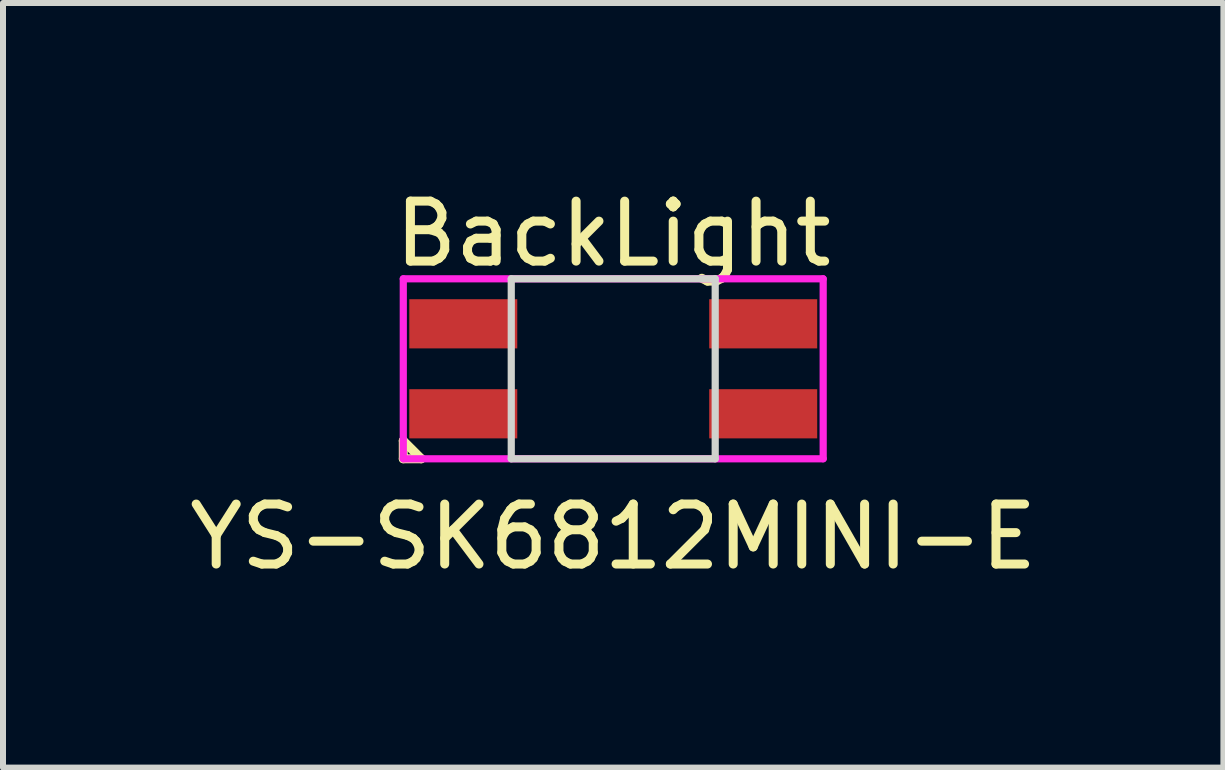
<source format=kicad_pcb>
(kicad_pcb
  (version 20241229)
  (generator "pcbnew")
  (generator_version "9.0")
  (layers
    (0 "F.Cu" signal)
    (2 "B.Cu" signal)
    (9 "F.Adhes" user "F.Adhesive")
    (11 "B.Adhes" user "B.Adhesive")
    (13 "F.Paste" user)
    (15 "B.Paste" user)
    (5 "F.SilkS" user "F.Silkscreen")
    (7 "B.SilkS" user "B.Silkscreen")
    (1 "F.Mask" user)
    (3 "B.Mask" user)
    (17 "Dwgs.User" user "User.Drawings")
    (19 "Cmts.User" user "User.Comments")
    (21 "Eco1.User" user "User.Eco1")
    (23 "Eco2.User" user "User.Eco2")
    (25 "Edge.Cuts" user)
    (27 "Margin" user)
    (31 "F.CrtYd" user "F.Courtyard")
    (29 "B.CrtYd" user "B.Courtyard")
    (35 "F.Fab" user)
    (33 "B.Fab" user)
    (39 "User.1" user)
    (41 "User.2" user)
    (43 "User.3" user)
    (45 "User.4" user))
  (footprint "YS-SK6812MINI-E"
    (layer "F.Cu")
    (at 7.173 3.098)
    (property "Reference" "YS-SK6812MINI-E" (at 0 2.8 0) (unlocked yes) (layer "F.SilkS") (effects (font (size 1 1) (thickness 0.15))))
    (attr through_hole)
    (fp_line (start -3.5 1.2) (end -3.2 1.5) (stroke (width 0.15) (type solid)) (layer "F.SilkS"))
    (fp_line (start -3.5 1.5) (end -3.5 1.2) (stroke (width 0.15) (type solid)) (layer "F.SilkS"))
    (fp_line (start -3.2 1.5) (end -3.5 1.5) (stroke (width 0.15) (type solid)) (layer "F.SilkS"))
    (fp_line (start -1.7 -1.5) (end -1.7 1.5) (stroke (width 0.12) (type solid)) (layer "Edge.Cuts"))
    (fp_line (start -1.7 1.5) (end 1.7 1.5) (stroke (width 0.12) (type solid)) (layer "Edge.Cuts"))
    (fp_line (start 1.7 -1.5) (end -1.7 -1.5) (stroke (width 0.12) (type solid)) (layer "Edge.Cuts"))
    (fp_line (start 1.7 1.5) (end 1.7 -1.5) (stroke (width 0.12) (type solid)) (layer "Edge.Cuts"))
    (fp_line (start -3.5 -1.5) (end -3.5 1.5) (stroke (width 0.12) (type solid)) (layer "F.CrtYd"))
    (fp_line (start -3.5 1.5) (end 3.5 1.5) (stroke (width 0.12) (type solid)) (layer "F.CrtYd"))
    (fp_line (start 3.5 -1.5) (end -3.5 -1.5) (stroke (width 0.12) (type solid)) (layer "F.CrtYd"))
    (fp_line (start 3.5 1.5) (end 3.5 -1.5) (stroke (width 0.12) (type solid)) (layer "F.CrtYd"))
    (fp_text user "BackLight" (at 0 -2.25 0) (unlocked yes) (layer "F.SilkS") (effects (font (size 1 1) (thickness 0.15))))
    (pad "1" smd rect (at 2.5 -0.75) (size 1.8 0.82) (layers "F.Cu" "F.Mask" "F.Paste"))
    (pad "2" smd rect (at 2.5 0.75) (size 1.8 0.82) (layers "F.Cu" "F.Mask" "F.Paste"))
    (pad "3" smd rect (at -2.5 0.75) (size 1.8 0.82) (layers "F.Cu" "F.Mask" "F.Paste"))
    (pad "4" smd rect (at -2.5 -0.75) (size 1.8 0.82) (layers "F.Cu" "F.Mask" "F.Paste")))
  (gr_rect
    (start -3 -3)
    (end 17.345 9.746)
    (stroke (width 0.1) (type default))
    (fill no)
    (layer "Edge.Cuts")))
</source>
